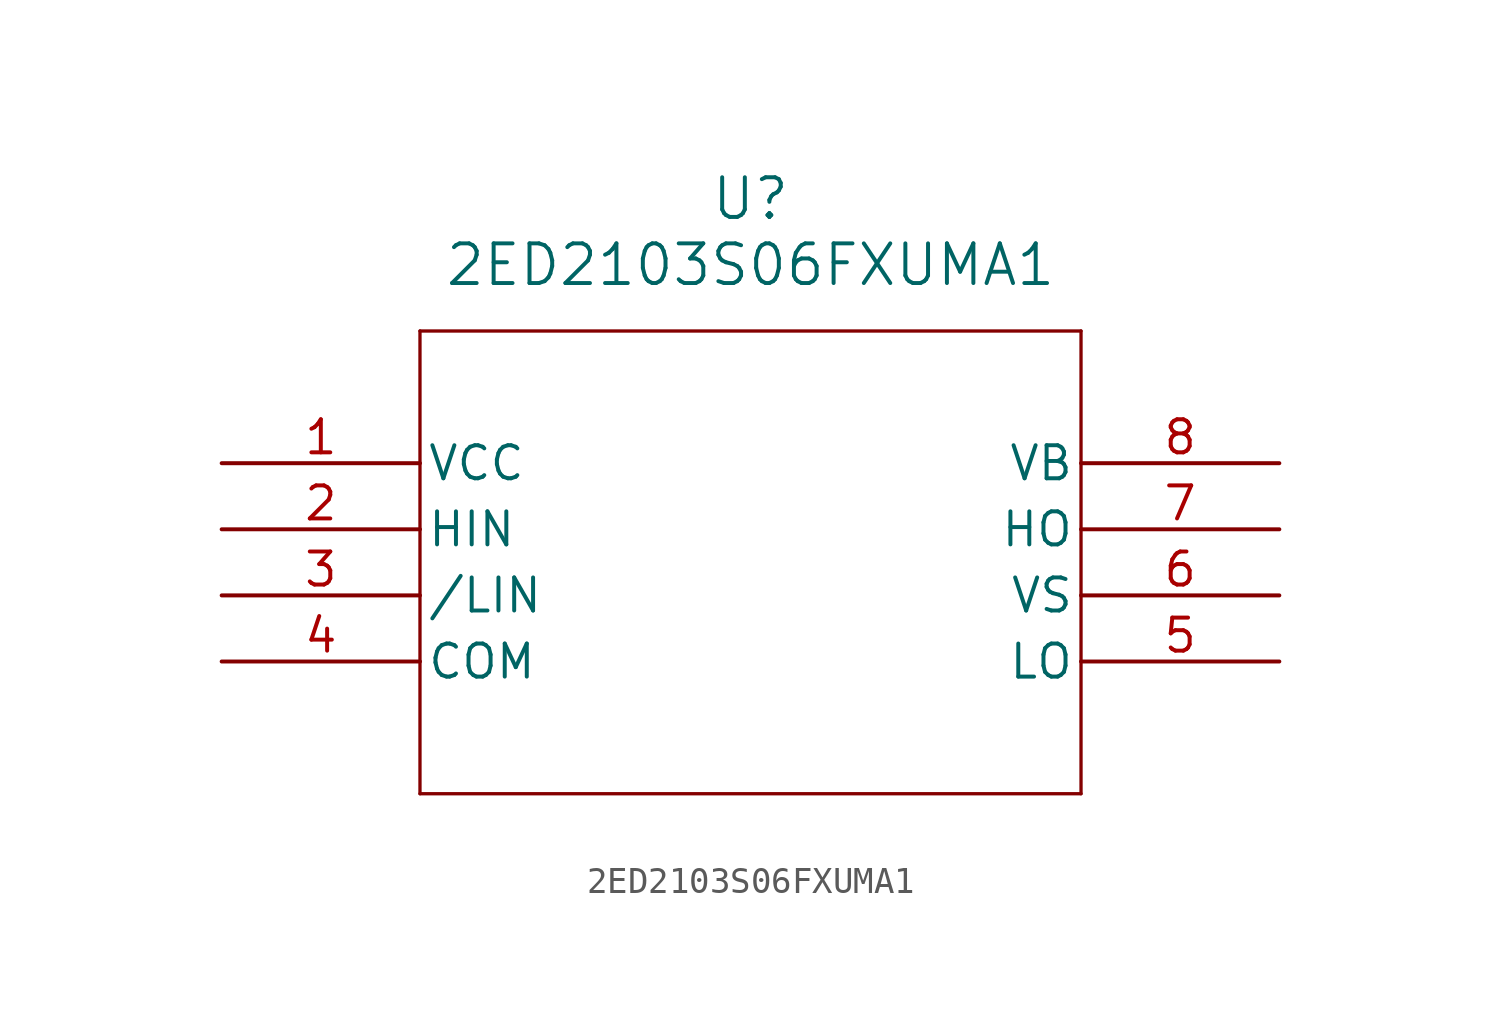
<source format=kicad_sym>
(kicad_symbol_lib
  (version 20211014)
  (generator kicad_symbol_editor)
  (symbol "2ED2103S06FXUMA1"
    (pin_names
      (offset 0.254))
    (property "Reference" "U"
      (at 20.32 10.16 0)
      (effects (font (size 1.524 1.524))))
    (property "Value" "2ED2103S06FXUMA1"
      (at 20.32 7.62 0)
      (effects (font (size 1.524 1.524))))
    (symbol "2ED2103S06FXUMA1_0_1"
      (polyline (pts (xy 7.62 5.08) (xy 7.62 -12.7)) (stroke (width 0.127) (type default) (color 0 0 0 0)) (fill (type none)))
      (polyline (pts (xy 7.62 -12.7) (xy 33.02 -12.7)) (stroke (width 0.127) (type default) (color 0 0 0 0)) (fill (type none)))
      (polyline (pts (xy 33.02 -12.7) (xy 33.02 5.08)) (stroke (width 0.127) (type default) (color 0 0 0 0)) (fill (type none)))
      (polyline (pts (xy 33.02 5.08) (xy 7.62 5.08)) (stroke (width 0.127) (type default) (color 0 0 0 0)) (fill (type none)))
      (pin power_in line (at 0 0 0) (length 7.62) (name "VCC" (effects (font (size 1.27 1.27)))) (number "1" (effects (font (size 1.27 1.27)))))
      (pin input line (at 0 -2.54 0) (length 7.62) (name "HIN" (effects (font (size 1.27 1.27)))) (number "2" (effects (font (size 1.27 1.27)))))
      (pin input line (at 0 -5.08 0) (length 7.62) (name "/LIN" (effects (font (size 1.27 1.27)))) (number "3" (effects (font (size 1.27 1.27)))))
      (pin unspecified line (at 0 -7.62 0) (length 7.62) (name "COM" (effects (font (size 1.27 1.27)))) (number "4" (effects (font (size 1.27 1.27)))))
      (pin output line (at 40.64 -7.62 180) (length 7.62) (name "LO" (effects (font (size 1.27 1.27)))) (number "5" (effects (font (size 1.27 1.27)))))
      (pin power_in line (at 40.64 -5.08 180) (length 7.62) (name "VS" (effects (font (size 1.27 1.27)))) (number "6" (effects (font (size 1.27 1.27)))))
      (pin output line (at 40.64 -2.54 180) (length 7.62) (name "HO" (effects (font (size 1.27 1.27)))) (number "7" (effects (font (size 1.27 1.27)))))
      (pin power_in line (at 40.64 0 180) (length 7.62) (name "VB" (effects (font (size 1.27 1.27)))) (number "8" (effects (font (size 1.27 1.27))))))))
</source>
